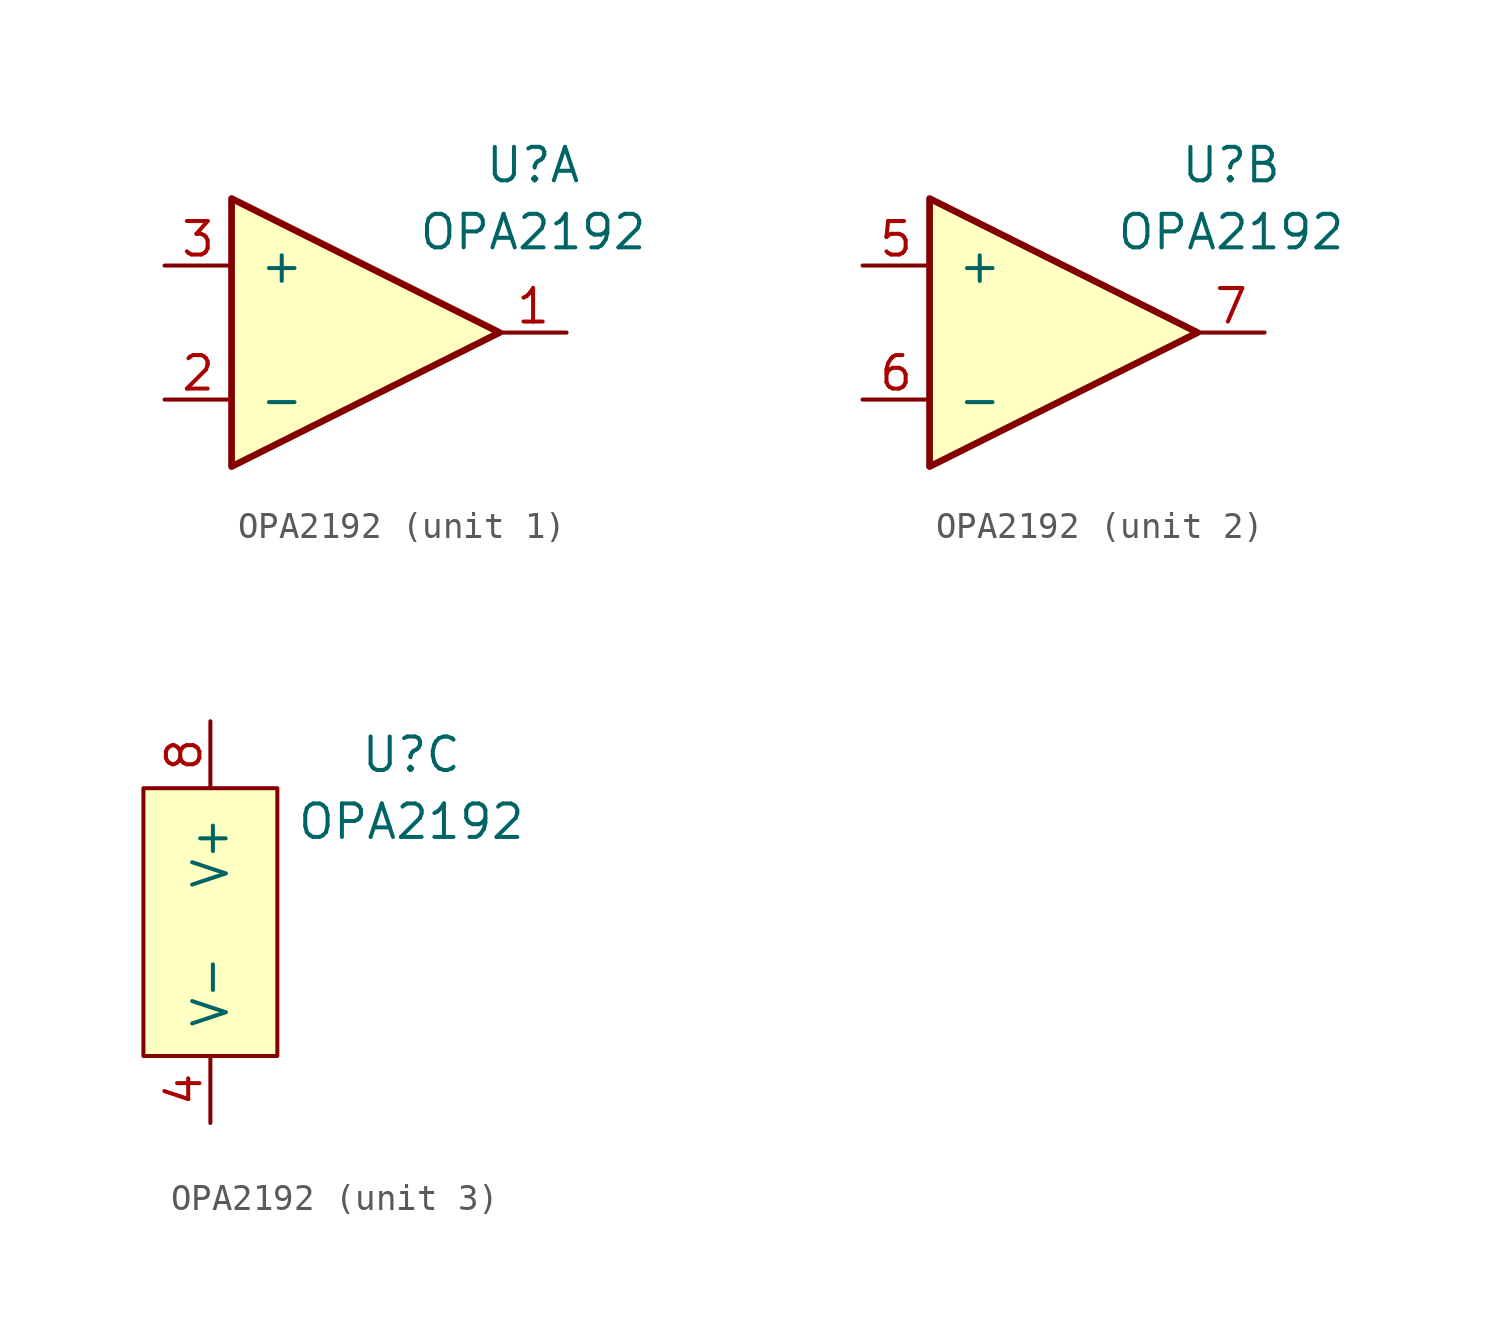
<source format=kicad_sym>
(kicad_symbol_lib
  (version 20211014)
  (generator kicad_symbol_editor)
  (symbol "OPA2192"
    (pin_names
      (offset 1.016))
    (property "Reference" "U"
      (at 7.62 6.35 0)
      (effects (font (size 1.27 1.27))))
    (property "Value" "OPA2192"
      (at 7.62 3.81 0)
      (effects (font (size 1.27 1.27))))
    (symbol "OPA2192_1_1"
      (polyline (pts (xy -3.81 5.08) (xy 6.35 0) (xy -3.81 -5.08) (xy -3.81 5.08)) (stroke (width 0.254) (type default) (color 0 0 0 0)) (fill (type background)))
      (pin output line (at 8.89 0 180) (length 2.54) (name "~" (effects (font (size 1.27 1.27)))) (number "1" (effects (font (size 1.27 1.27)))))
      (pin input line (at -6.35 -2.54 0) (length 2.54) (name "-" (effects (font (size 1.27 1.27)))) (number "2" (effects (font (size 1.27 1.27)))))
      (pin input line (at -6.35 2.54 0) (length 2.54) (name "+" (effects (font (size 1.27 1.27)))) (number "3" (effects (font (size 1.27 1.27))))))
    (symbol "OPA2192_2_1"
      (polyline (pts (xy -3.81 5.08) (xy 6.35 0) (xy -3.81 -5.08) (xy -3.81 5.08)) (stroke (width 0.254) (type default) (color 0 0 0 0)) (fill (type background)))
      (pin input line (at -6.35 2.54 0) (length 2.54) (name "+" (effects (font (size 1.27 1.27)))) (number "5" (effects (font (size 1.27 1.27)))))
      (pin input line (at -6.35 -2.54 0) (length 2.54) (name "-" (effects (font (size 1.27 1.27)))) (number "6" (effects (font (size 1.27 1.27)))))
      (pin output line (at 8.89 0 180) (length 2.54) (name "~" (effects (font (size 1.27 1.27)))) (number "7" (effects (font (size 1.27 1.27))))))
    (symbol "OPA2192_3_1"
      (rectangle (start -2.54 5.08) (end 2.54 -5.08) (stroke (width 0) (type default) (color 0 0 0 0)) (fill (type background)))
      (pin passive line (at 0 -7.62 90) (length 2.54) (name "V-" (effects (font (size 1.27 1.27)))) (number "4" (effects (font (size 1.27 1.27)))))
      (pin passive line (at 0 7.62 270) (length 2.54) (name "V+" (effects (font (size 1.27 1.27)))) (number "8" (effects (font (size 1.27 1.27))))))))
</source>
